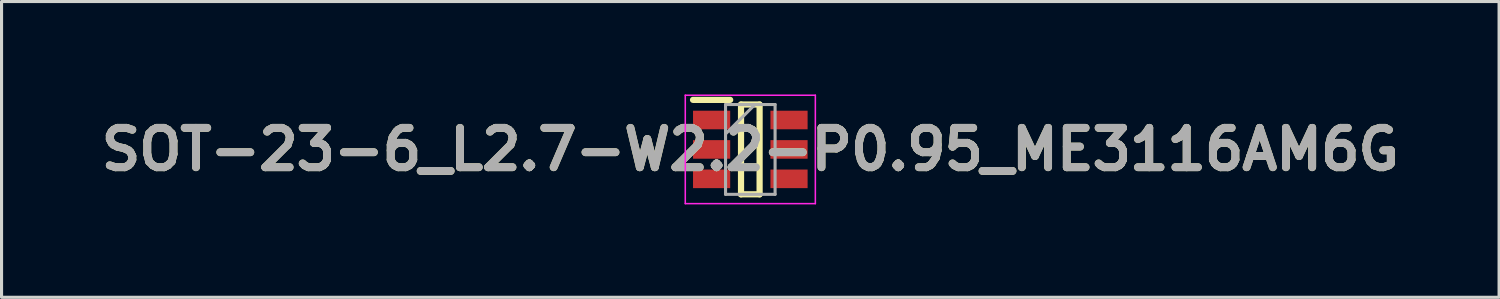
<source format=kicad_pcb>
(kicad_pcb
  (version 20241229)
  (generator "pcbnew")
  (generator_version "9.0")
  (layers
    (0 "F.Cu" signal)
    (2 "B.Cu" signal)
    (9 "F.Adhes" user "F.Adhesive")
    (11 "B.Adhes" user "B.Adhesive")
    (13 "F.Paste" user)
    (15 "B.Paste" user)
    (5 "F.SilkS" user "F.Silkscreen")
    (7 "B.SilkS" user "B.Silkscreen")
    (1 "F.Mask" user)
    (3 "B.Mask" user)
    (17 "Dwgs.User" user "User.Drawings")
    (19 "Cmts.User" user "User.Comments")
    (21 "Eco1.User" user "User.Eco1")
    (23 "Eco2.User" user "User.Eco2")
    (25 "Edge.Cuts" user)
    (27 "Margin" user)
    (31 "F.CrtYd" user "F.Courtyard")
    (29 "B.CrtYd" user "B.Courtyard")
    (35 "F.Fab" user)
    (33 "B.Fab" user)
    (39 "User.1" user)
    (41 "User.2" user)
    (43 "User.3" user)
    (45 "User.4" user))
  (footprint "SOT-23-6_L2.7-W2.2-P0.95_ME3116AM6G"
    (layer "F.Cu")
    (at 21.179 1.775)
    (property "Reference" "SOT-23-6_L2.7-W2.2-P0.95_ME3116AM6G" (at 0 0 0) (layer "F.SilkS") (effects (font (size 1.27 1.27) (thickness 0.254))))
    (attr smd)
    (fp_line (start -1.85 -1.6) (end -0.65 -1.6) (stroke (width 0.2) (type solid)) (layer "F.SilkS"))
    (fp_line (start -0.3 -1.45) (end 0.3 -1.45) (stroke (width 0.2) (type solid)) (layer "F.SilkS"))
    (fp_line (start -0.3 1.45) (end -0.3 -1.45) (stroke (width 0.2) (type solid)) (layer "F.SilkS"))
    (fp_line (start 0.3 -1.45) (end 0.3 1.45) (stroke (width 0.2) (type solid)) (layer "F.SilkS"))
    (fp_line (start 0.3 1.45) (end -0.3 1.45) (stroke (width 0.2) (type solid)) (layer "F.SilkS"))
    (fp_line (start -2.1 -1.75) (end 2.1 -1.75) (stroke (width 0.05) (type solid)) (layer "F.CrtYd"))
    (fp_line (start -2.1 1.75) (end -2.1 -1.75) (stroke (width 0.05) (type solid)) (layer "F.CrtYd"))
    (fp_line (start 2.1 -1.75) (end 2.1 1.75) (stroke (width 0.05) (type solid)) (layer "F.CrtYd"))
    (fp_line (start 2.1 1.75) (end -2.1 1.75) (stroke (width 0.05) (type solid)) (layer "F.CrtYd"))
    (fp_line (start -0.8 -1.45) (end 0.8 -1.45) (stroke (width 0.1) (type solid)) (layer "F.Fab"))
    (fp_line (start -0.8 -0.5) (end 0.15 -1.45) (stroke (width 0.1) (type solid)) (layer "F.Fab"))
    (fp_line (start -0.8 1.45) (end -0.8 -1.45) (stroke (width 0.1) (type solid)) (layer "F.Fab"))
    (fp_line (start 0.8 -1.45) (end 0.8 1.45) (stroke (width 0.1) (type solid)) (layer "F.Fab"))
    (fp_line (start 0.8 1.45) (end -0.8 1.45) (stroke (width 0.1) (type solid)) (layer "F.Fab"))
    (fp_text user "${REFERENCE}" (at 0 0 0) (layer "F.Fab") (effects (font (size 1.27 1.27) (thickness 0.254))))
    (pad "1" smd rect (at -1.25 -0.95 90) (size 0.6 1.2) (layers "F.Cu" "F.Mask" "F.Paste"))
    (pad "2" smd rect (at -1.25 0 90) (size 0.6 1.2) (layers "F.Cu" "F.Mask" "F.Paste"))
    (pad "3" smd rect (at -1.25 0.95 90) (size 0.6 1.2) (layers "F.Cu" "F.Mask" "F.Paste"))
    (pad "4" smd rect (at 1.25 0.95 90) (size 0.6 1.2) (layers "F.Cu" "F.Mask" "F.Paste"))
    (pad "5" smd rect (at 1.25 0 90) (size 0.6 1.2) (layers "F.Cu" "F.Mask" "F.Paste"))
    (pad "6" smd rect (at 1.25 -0.95 90) (size 0.6 1.2) (layers "F.Cu" "F.Mask" "F.Paste")))
  (gr_rect
    (start -3 -3)
    (end 45.358 6.55)
    (stroke (width 0.1) (type default))
    (fill no)
    (layer "Edge.Cuts")))
</source>
